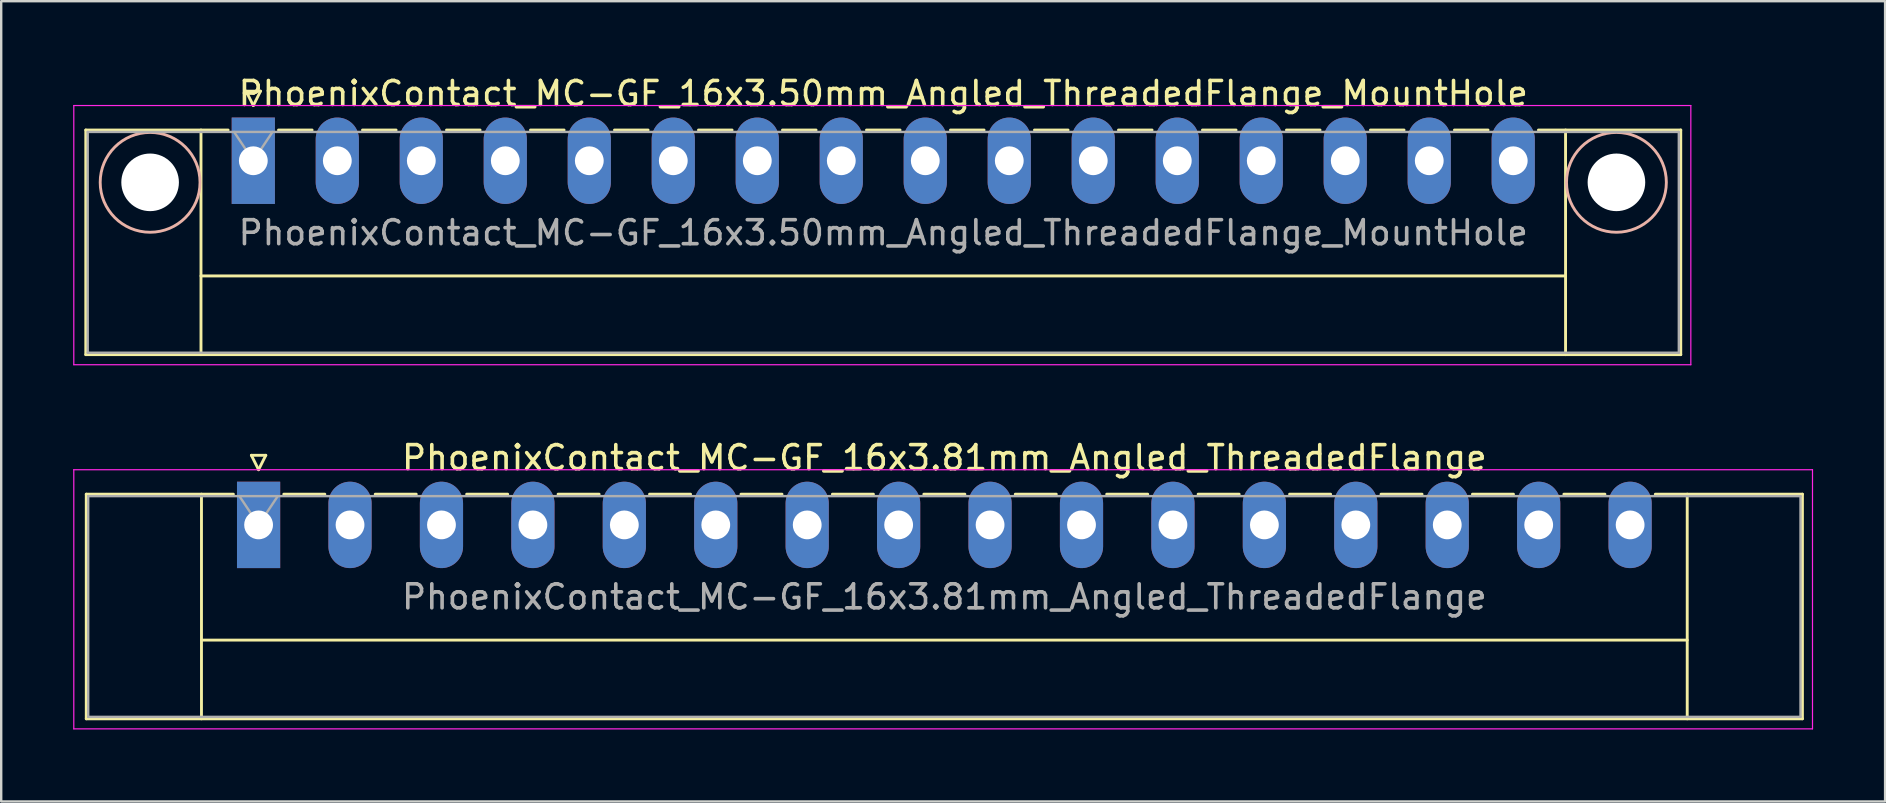
<source format=kicad_pcb>
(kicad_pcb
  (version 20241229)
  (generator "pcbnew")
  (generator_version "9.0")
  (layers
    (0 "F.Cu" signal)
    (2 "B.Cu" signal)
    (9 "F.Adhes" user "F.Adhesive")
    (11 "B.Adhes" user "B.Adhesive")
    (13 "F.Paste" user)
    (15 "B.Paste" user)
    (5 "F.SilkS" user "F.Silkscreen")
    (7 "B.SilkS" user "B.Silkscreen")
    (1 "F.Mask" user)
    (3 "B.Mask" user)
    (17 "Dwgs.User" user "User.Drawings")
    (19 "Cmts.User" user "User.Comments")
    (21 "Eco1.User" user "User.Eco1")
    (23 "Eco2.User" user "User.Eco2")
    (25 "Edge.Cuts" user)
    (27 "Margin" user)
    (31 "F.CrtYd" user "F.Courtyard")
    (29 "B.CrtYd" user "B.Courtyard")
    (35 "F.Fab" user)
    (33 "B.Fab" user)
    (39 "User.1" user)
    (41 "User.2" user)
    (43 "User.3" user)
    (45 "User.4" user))
  (footprint "PhoenixContact_MC-GF_16x3.50mm_Angled_ThreadedFlange_MountHole"
    (layer "F.Cu")
    (at 7.505 3.648)
    (property "Reference" "PhoenixContact_MC-GF_16x3.50mm_Angled_ThreadedFlange_MountHole" (at 26.25 -2.8 0) (layer "F.SilkS") (effects (font (size 1 1) (thickness 0.15))))
    (attr through_hole)
    (fp_line (start -6.98 -1.28) (end -6.98 8.08) (stroke (width 0.12) (type solid)) (layer "F.SilkS"))
    (fp_line (start -6.98 -1.28) (end -1.05 -1.28) (stroke (width 0.12) (type solid)) (layer "F.SilkS"))
    (fp_line (start -6.98 8.08) (end 59.48 8.08) (stroke (width 0.12) (type solid)) (layer "F.SilkS"))
    (fp_line (start -2.18 -1.28) (end -2.18 8.08) (stroke (width 0.12) (type solid)) (layer "F.SilkS"))
    (fp_line (start -2.18 4.8) (end 54.68 4.8) (stroke (width 0.12) (type solid)) (layer "F.SilkS"))
    (fp_line (start -0.3 -2.9) (end 0.3 -2.9) (stroke (width 0.12) (type solid)) (layer "F.SilkS"))
    (fp_line (start 0 -2.3) (end -0.3 -2.9) (stroke (width 0.12) (type solid)) (layer "F.SilkS"))
    (fp_line (start 0.3 -2.9) (end 0 -2.3) (stroke (width 0.12) (type solid)) (layer "F.SilkS"))
    (fp_line (start 1.05 -1.28) (end 2.45 -1.28) (stroke (width 0.12) (type solid)) (layer "F.SilkS"))
    (fp_line (start 4.55 -1.28) (end 5.95 -1.28) (stroke (width 0.12) (type solid)) (layer "F.SilkS"))
    (fp_line (start 8.05 -1.28) (end 9.45 -1.28) (stroke (width 0.12) (type solid)) (layer "F.SilkS"))
    (fp_line (start 11.55 -1.28) (end 12.95 -1.28) (stroke (width 0.12) (type solid)) (layer "F.SilkS"))
    (fp_line (start 15.05 -1.28) (end 16.45 -1.28) (stroke (width 0.12) (type solid)) (layer "F.SilkS"))
    (fp_line (start 18.55 -1.28) (end 19.95 -1.28) (stroke (width 0.12) (type solid)) (layer "F.SilkS"))
    (fp_line (start 22.05 -1.28) (end 23.45 -1.28) (stroke (width 0.12) (type solid)) (layer "F.SilkS"))
    (fp_line (start 25.55 -1.28) (end 26.95 -1.28) (stroke (width 0.12) (type solid)) (layer "F.SilkS"))
    (fp_line (start 29.05 -1.28) (end 30.45 -1.28) (stroke (width 0.12) (type solid)) (layer "F.SilkS"))
    (fp_line (start 32.55 -1.28) (end 33.95 -1.28) (stroke (width 0.12) (type solid)) (layer "F.SilkS"))
    (fp_line (start 36.05 -1.28) (end 37.45 -1.28) (stroke (width 0.12) (type solid)) (layer "F.SilkS"))
    (fp_line (start 39.55 -1.28) (end 40.95 -1.28) (stroke (width 0.12) (type solid)) (layer "F.SilkS"))
    (fp_line (start 43.05 -1.28) (end 44.45 -1.28) (stroke (width 0.12) (type solid)) (layer "F.SilkS"))
    (fp_line (start 46.55 -1.28) (end 47.95 -1.28) (stroke (width 0.12) (type solid)) (layer "F.SilkS"))
    (fp_line (start 50.05 -1.28) (end 51.45 -1.28) (stroke (width 0.12) (type solid)) (layer "F.SilkS"))
    (fp_line (start 54.68 -1.28) (end 54.68 8.08) (stroke (width 0.12) (type solid)) (layer "F.SilkS"))
    (fp_line (start 59.48 -1.28) (end 53.55 -1.28) (stroke (width 0.12) (type solid)) (layer "F.SilkS"))
    (fp_line (start 59.48 8.08) (end 59.48 -1.28) (stroke (width 0.12) (type solid)) (layer "F.SilkS"))
    (fp_circle (center -4.3 0.9) (end -2.22 0.9) (stroke (width 0.12) (type solid)) (fill no) (layer "B.SilkS"))
    (fp_circle (center 56.8 0.9) (end 58.88 0.9) (stroke (width 0.12) (type solid)) (fill no) (layer "B.SilkS"))
    (fp_line (start -7.48 -2.3) (end -7.48 8.5) (stroke (width 0.05) (type solid)) (layer "F.CrtYd"))
    (fp_line (start -7.48 8.5) (end 59.9 8.5) (stroke (width 0.05) (type solid)) (layer "F.CrtYd"))
    (fp_line (start 59.9 -2.3) (end -7.48 -2.3) (stroke (width 0.05) (type solid)) (layer "F.CrtYd"))
    (fp_line (start 59.9 8.5) (end 59.9 -2.3) (stroke (width 0.05) (type solid)) (layer "F.CrtYd"))
    (fp_line (start -6.9 -1.2) (end -6.9 8) (stroke (width 0.1) (type solid)) (layer "F.Fab"))
    (fp_line (start -6.9 8) (end 59.4 8) (stroke (width 0.1) (type solid)) (layer "F.Fab"))
    (fp_line (start 0 0) (end -0.8 -1.2) (stroke (width 0.1) (type solid)) (layer "F.Fab"))
    (fp_line (start 0.8 -1.2) (end 0 0) (stroke (width 0.1) (type solid)) (layer "F.Fab"))
    (fp_line (start 59.4 -1.2) (end -6.9 -1.2) (stroke (width 0.1) (type solid)) (layer "F.Fab"))
    (fp_line (start 59.4 8) (end 59.4 -1.2) (stroke (width 0.1) (type solid)) (layer "F.Fab"))
    (fp_text user "${REFERENCE}" (at 26.25 3 0) (layer "F.Fab") (effects (font (size 1 1) (thickness 0.15))))
    (pad "" np_thru_hole circle (at -4.3 0.9) (size 2.4 2.4) (drill 2.4) (layers "*.Cu" "*.Mask"))
    (pad "" np_thru_hole circle (at 56.8 0.9) (size 2.4 2.4) (drill 2.4) (layers "*.Cu" "*.Mask"))
    (pad "1" thru_hole rect (at 0 0) (size 1.8 3.6) (drill 1.2) (layers "*.Cu" "*.Mask"))
    (pad "2" thru_hole oval (at 3.5 0) (size 1.8 3.6) (drill 1.2) (layers "*.Cu" "*.Mask"))
    (pad "3" thru_hole oval (at 7 0) (size 1.8 3.6) (drill 1.2) (layers "*.Cu" "*.Mask"))
    (pad "4" thru_hole oval (at 10.5 0) (size 1.8 3.6) (drill 1.2) (layers "*.Cu" "*.Mask"))
    (pad "5" thru_hole oval (at 14 0) (size 1.8 3.6) (drill 1.2) (layers "*.Cu" "*.Mask"))
    (pad "6" thru_hole oval (at 17.5 0) (size 1.8 3.6) (drill 1.2) (layers "*.Cu" "*.Mask"))
    (pad "7" thru_hole oval (at 21 0) (size 1.8 3.6) (drill 1.2) (layers "*.Cu" "*.Mask"))
    (pad "8" thru_hole oval (at 24.5 0) (size 1.8 3.6) (drill 1.2) (layers "*.Cu" "*.Mask"))
    (pad "9" thru_hole oval (at 28 0) (size 1.8 3.6) (drill 1.2) (layers "*.Cu" "*.Mask"))
    (pad "10" thru_hole oval (at 31.5 0) (size 1.8 3.6) (drill 1.2) (layers "*.Cu" "*.Mask"))
    (pad "11" thru_hole oval (at 35 0) (size 1.8 3.6) (drill 1.2) (layers "*.Cu" "*.Mask"))
    (pad "12" thru_hole oval (at 38.5 0) (size 1.8 3.6) (drill 1.2) (layers "*.Cu" "*.Mask"))
    (pad "13" thru_hole oval (at 42 0) (size 1.8 3.6) (drill 1.2) (layers "*.Cu" "*.Mask"))
    (pad "14" thru_hole oval (at 45.5 0) (size 1.8 3.6) (drill 1.2) (layers "*.Cu" "*.Mask"))
    (pad "15" thru_hole oval (at 49 0) (size 1.8 3.6) (drill 1.2) (layers "*.Cu" "*.Mask"))
    (pad "16" thru_hole oval (at 52.5 0) (size 1.8 3.6) (drill 1.2) (layers "*.Cu" "*.Mask")))
  (footprint "PhoenixContact_MC-GF_16x3.81mm_Angled_ThreadedFlange"
    (layer "F.Cu")
    (at 7.725 18.822)
    (property "Reference" "PhoenixContact_MC-GF_16x3.81mm_Angled_ThreadedFlange" (at 28.575 -2.8 0) (layer "F.SilkS") (effects (font (size 1 1) (thickness 0.15))))
    (attr through_hole)
    (fp_line (start -7.18 -1.28) (end -7.18 8.08) (stroke (width 0.12) (type solid)) (layer "F.SilkS"))
    (fp_line (start -7.18 -1.28) (end -1.05 -1.28) (stroke (width 0.12) (type solid)) (layer "F.SilkS"))
    (fp_line (start -7.18 8.08) (end 64.33 8.08) (stroke (width 0.12) (type solid)) (layer "F.SilkS"))
    (fp_line (start -2.38 -1.28) (end -2.38 8.08) (stroke (width 0.12) (type solid)) (layer "F.SilkS"))
    (fp_line (start -2.38 4.8) (end 59.53 4.8) (stroke (width 0.12) (type solid)) (layer "F.SilkS"))
    (fp_line (start -0.3 -2.9) (end 0.3 -2.9) (stroke (width 0.12) (type solid)) (layer "F.SilkS"))
    (fp_line (start 0 -2.3) (end -0.3 -2.9) (stroke (width 0.12) (type solid)) (layer "F.SilkS"))
    (fp_line (start 0.3 -2.9) (end 0 -2.3) (stroke (width 0.12) (type solid)) (layer "F.SilkS"))
    (fp_line (start 1.05 -1.28) (end 2.76 -1.28) (stroke (width 0.12) (type solid)) (layer "F.SilkS"))
    (fp_line (start 4.86 -1.28) (end 6.57 -1.28) (stroke (width 0.12) (type solid)) (layer "F.SilkS"))
    (fp_line (start 8.67 -1.28) (end 10.38 -1.28) (stroke (width 0.12) (type solid)) (layer "F.SilkS"))
    (fp_line (start 12.48 -1.28) (end 14.19 -1.28) (stroke (width 0.12) (type solid)) (layer "F.SilkS"))
    (fp_line (start 16.29 -1.28) (end 18 -1.28) (stroke (width 0.12) (type solid)) (layer "F.SilkS"))
    (fp_line (start 20.1 -1.28) (end 21.81 -1.28) (stroke (width 0.12) (type solid)) (layer "F.SilkS"))
    (fp_line (start 23.91 -1.28) (end 25.62 -1.28) (stroke (width 0.12) (type solid)) (layer "F.SilkS"))
    (fp_line (start 27.72 -1.28) (end 29.43 -1.28) (stroke (width 0.12) (type solid)) (layer "F.SilkS"))
    (fp_line (start 31.53 -1.28) (end 33.24 -1.28) (stroke (width 0.12) (type solid)) (layer "F.SilkS"))
    (fp_line (start 35.34 -1.28) (end 37.05 -1.28) (stroke (width 0.12) (type solid)) (layer "F.SilkS"))
    (fp_line (start 39.15 -1.28) (end 40.86 -1.28) (stroke (width 0.12) (type solid)) (layer "F.SilkS"))
    (fp_line (start 42.96 -1.28) (end 44.67 -1.28) (stroke (width 0.12) (type solid)) (layer "F.SilkS"))
    (fp_line (start 46.77 -1.28) (end 48.48 -1.28) (stroke (width 0.12) (type solid)) (layer "F.SilkS"))
    (fp_line (start 50.58 -1.28) (end 52.29 -1.28) (stroke (width 0.12) (type solid)) (layer "F.SilkS"))
    (fp_line (start 54.39 -1.28) (end 56.1 -1.28) (stroke (width 0.12) (type solid)) (layer "F.SilkS"))
    (fp_line (start 59.53 -1.28) (end 59.53 8.08) (stroke (width 0.12) (type solid)) (layer "F.SilkS"))
    (fp_line (start 64.33 -1.28) (end 58.2 -1.28) (stroke (width 0.12) (type solid)) (layer "F.SilkS"))
    (fp_line (start 64.33 8.08) (end 64.33 -1.28) (stroke (width 0.12) (type solid)) (layer "F.SilkS"))
    (fp_line (start -7.7 -2.3) (end -7.7 8.5) (stroke (width 0.05) (type solid)) (layer "F.CrtYd"))
    (fp_line (start -7.7 8.5) (end 64.75 8.5) (stroke (width 0.05) (type solid)) (layer "F.CrtYd"))
    (fp_line (start 64.75 -2.3) (end -7.7 -2.3) (stroke (width 0.05) (type solid)) (layer "F.CrtYd"))
    (fp_line (start 64.75 8.5) (end 64.75 -2.3) (stroke (width 0.05) (type solid)) (layer "F.CrtYd"))
    (fp_line (start -7.1 -1.2) (end -7.1 8) (stroke (width 0.1) (type solid)) (layer "F.Fab"))
    (fp_line (start -7.1 8) (end 64.25 8) (stroke (width 0.1) (type solid)) (layer "F.Fab"))
    (fp_line (start 0 0) (end -0.8 -1.2) (stroke (width 0.1) (type solid)) (layer "F.Fab"))
    (fp_line (start 0.8 -1.2) (end 0 0) (stroke (width 0.1) (type solid)) (layer "F.Fab"))
    (fp_line (start 64.25 -1.2) (end -7.1 -1.2) (stroke (width 0.1) (type solid)) (layer "F.Fab"))
    (fp_line (start 64.25 8) (end 64.25 -1.2) (stroke (width 0.1) (type solid)) (layer "F.Fab"))
    (fp_text user "${REFERENCE}" (at 28.575 3 0) (layer "F.Fab") (effects (font (size 1 1) (thickness 0.15))))
    (pad "1" thru_hole rect (at 0 0) (size 1.8 3.6) (drill 1.2) (layers "*.Cu" "*.Mask"))
    (pad "2" thru_hole oval (at 3.81 0) (size 1.8 3.6) (drill 1.2) (layers "*.Cu" "*.Mask"))
    (pad "3" thru_hole oval (at 7.62 0) (size 1.8 3.6) (drill 1.2) (layers "*.Cu" "*.Mask"))
    (pad "4" thru_hole oval (at 11.43 0) (size 1.8 3.6) (drill 1.2) (layers "*.Cu" "*.Mask"))
    (pad "5" thru_hole oval (at 15.24 0) (size 1.8 3.6) (drill 1.2) (layers "*.Cu" "*.Mask"))
    (pad "6" thru_hole oval (at 19.05 0) (size 1.8 3.6) (drill 1.2) (layers "*.Cu" "*.Mask"))
    (pad "7" thru_hole oval (at 22.86 0) (size 1.8 3.6) (drill 1.2) (layers "*.Cu" "*.Mask"))
    (pad "8" thru_hole oval (at 26.67 0) (size 1.8 3.6) (drill 1.2) (layers "*.Cu" "*.Mask"))
    (pad "9" thru_hole oval (at 30.48 0) (size 1.8 3.6) (drill 1.2) (layers "*.Cu" "*.Mask"))
    (pad "10" thru_hole oval (at 34.29 0) (size 1.8 3.6) (drill 1.2) (layers "*.Cu" "*.Mask"))
    (pad "11" thru_hole oval (at 38.1 0) (size 1.8 3.6) (drill 1.2) (layers "*.Cu" "*.Mask"))
    (pad "12" thru_hole oval (at 41.91 0) (size 1.8 3.6) (drill 1.2) (layers "*.Cu" "*.Mask"))
    (pad "13" thru_hole oval (at 45.72 0) (size 1.8 3.6) (drill 1.2) (layers "*.Cu" "*.Mask"))
    (pad "14" thru_hole oval (at 49.53 0) (size 1.8 3.6) (drill 1.2) (layers "*.Cu" "*.Mask"))
    (pad "15" thru_hole oval (at 53.34 0) (size 1.8 3.6) (drill 1.2) (layers "*.Cu" "*.Mask"))
    (pad "16" thru_hole oval (at 57.15 0) (size 1.8 3.6) (drill 1.2) (layers "*.Cu" "*.Mask")))
  (gr_rect
    (start -3 -3)
    (end 75.5 30.346)
    (stroke (width 0.1) (type default))
    (fill no)
    (layer "Edge.Cuts")))
</source>
